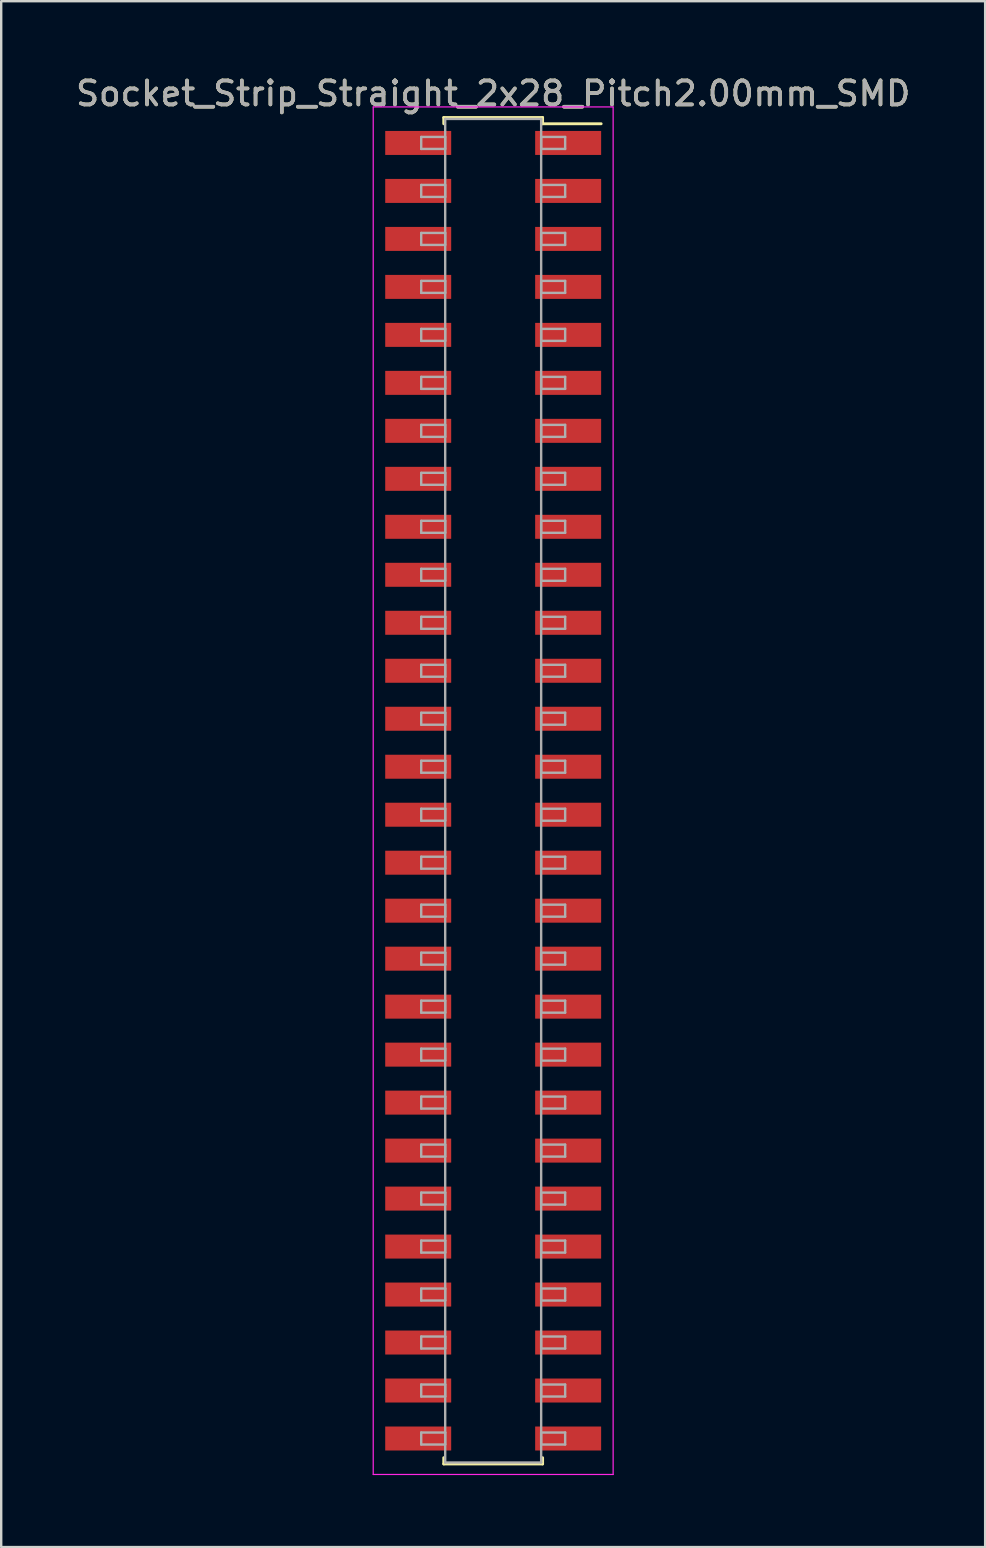
<source format=kicad_pcb>
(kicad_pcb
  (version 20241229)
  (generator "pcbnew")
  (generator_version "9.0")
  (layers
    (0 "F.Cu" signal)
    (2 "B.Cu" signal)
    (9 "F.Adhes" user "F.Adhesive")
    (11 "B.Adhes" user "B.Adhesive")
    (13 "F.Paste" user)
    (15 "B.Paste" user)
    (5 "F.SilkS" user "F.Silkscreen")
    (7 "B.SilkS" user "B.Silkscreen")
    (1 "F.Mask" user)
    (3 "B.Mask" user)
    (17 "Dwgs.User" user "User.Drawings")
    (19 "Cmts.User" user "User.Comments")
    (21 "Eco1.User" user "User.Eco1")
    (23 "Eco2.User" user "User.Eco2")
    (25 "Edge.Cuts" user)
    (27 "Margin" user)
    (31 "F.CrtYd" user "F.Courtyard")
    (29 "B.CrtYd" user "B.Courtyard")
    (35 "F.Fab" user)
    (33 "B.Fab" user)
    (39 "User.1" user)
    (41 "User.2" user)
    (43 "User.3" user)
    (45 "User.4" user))
  (footprint "Socket_Strip_Straight_2x28_Pitch2.00mm_SMD"
    (layer "F.Cu")
    (at 17.506 29.908)
    (property "Reference" "Socket_Strip_Straight_2x28_Pitch2.00mm_SMD" (at 0 -29.06 0) (layer "F.SilkS") (effects (font (size 1 1) (thickness 0.15))))
    (attr smd)
    (fp_line (start -2.06 -28.06) (end 2.06 -28.06) (stroke (width 0.12) (type solid)) (layer "F.SilkS"))
    (fp_line (start -2.06 -27.8) (end -2.06 -28.06) (stroke (width 0.12) (type solid)) (layer "F.SilkS"))
    (fp_line (start -2.06 27.8) (end -2.06 28.06) (stroke (width 0.12) (type solid)) (layer "F.SilkS"))
    (fp_line (start -2.06 28.06) (end 2.06 28.06) (stroke (width 0.12) (type solid)) (layer "F.SilkS"))
    (fp_line (start 2.06 -28.06) (end 2.06 -27.8) (stroke (width 0.12) (type solid)) (layer "F.SilkS"))
    (fp_line (start 2.06 28.06) (end 2.06 27.8) (stroke (width 0.12) (type solid)) (layer "F.SilkS"))
    (fp_line (start 4.5 -27.8) (end 2.06 -27.8) (stroke (width 0.12) (type solid)) (layer "F.SilkS"))
    (fp_line (start -5 -28.5) (end -5 28.5) (stroke (width 0.05) (type solid)) (layer "F.CrtYd"))
    (fp_line (start -5 28.5) (end 5 28.5) (stroke (width 0.05) (type solid)) (layer "F.CrtYd"))
    (fp_line (start 5 -28.5) (end -5 -28.5) (stroke (width 0.05) (type solid)) (layer "F.CrtYd"))
    (fp_line (start 5 28.5) (end 5 -28.5) (stroke (width 0.05) (type solid)) (layer "F.CrtYd"))
    (fp_line (start -3 -27.25) (end -2 -27.25) (stroke (width 0.1) (type solid)) (layer "F.Fab"))
    (fp_line (start -3 -26.75) (end -3 -27.25) (stroke (width 0.1) (type solid)) (layer "F.Fab"))
    (fp_line (start -3 -25.25) (end -2 -25.25) (stroke (width 0.1) (type solid)) (layer "F.Fab"))
    (fp_line (start -3 -24.75) (end -3 -25.25) (stroke (width 0.1) (type solid)) (layer "F.Fab"))
    (fp_line (start -3 -23.25) (end -2 -23.25) (stroke (width 0.1) (type solid)) (layer "F.Fab"))
    (fp_line (start -3 -22.75) (end -3 -23.25) (stroke (width 0.1) (type solid)) (layer "F.Fab"))
    (fp_line (start -3 -21.25) (end -2 -21.25) (stroke (width 0.1) (type solid)) (layer "F.Fab"))
    (fp_line (start -3 -20.75) (end -3 -21.25) (stroke (width 0.1) (type solid)) (layer "F.Fab"))
    (fp_line (start -3 -19.25) (end -2 -19.25) (stroke (width 0.1) (type solid)) (layer "F.Fab"))
    (fp_line (start -3 -18.75) (end -3 -19.25) (stroke (width 0.1) (type solid)) (layer "F.Fab"))
    (fp_line (start -3 -17.25) (end -2 -17.25) (stroke (width 0.1) (type solid)) (layer "F.Fab"))
    (fp_line (start -3 -16.75) (end -3 -17.25) (stroke (width 0.1) (type solid)) (layer "F.Fab"))
    (fp_line (start -3 -15.25) (end -2 -15.25) (stroke (width 0.1) (type solid)) (layer "F.Fab"))
    (fp_line (start -3 -14.75) (end -3 -15.25) (stroke (width 0.1) (type solid)) (layer "F.Fab"))
    (fp_line (start -3 -13.25) (end -2 -13.25) (stroke (width 0.1) (type solid)) (layer "F.Fab"))
    (fp_line (start -3 -12.75) (end -3 -13.25) (stroke (width 0.1) (type solid)) (layer "F.Fab"))
    (fp_line (start -3 -11.25) (end -2 -11.25) (stroke (width 0.1) (type solid)) (layer "F.Fab"))
    (fp_line (start -3 -10.75) (end -3 -11.25) (stroke (width 0.1) (type solid)) (layer "F.Fab"))
    (fp_line (start -3 -9.25) (end -2 -9.25) (stroke (width 0.1) (type solid)) (layer "F.Fab"))
    (fp_line (start -3 -8.75) (end -3 -9.25) (stroke (width 0.1) (type solid)) (layer "F.Fab"))
    (fp_line (start -3 -7.25) (end -2 -7.25) (stroke (width 0.1) (type solid)) (layer "F.Fab"))
    (fp_line (start -3 -6.75) (end -3 -7.25) (stroke (width 0.1) (type solid)) (layer "F.Fab"))
    (fp_line (start -3 -5.25) (end -2 -5.25) (stroke (width 0.1) (type solid)) (layer "F.Fab"))
    (fp_line (start -3 -4.75) (end -3 -5.25) (stroke (width 0.1) (type solid)) (layer "F.Fab"))
    (fp_line (start -3 -3.25) (end -2 -3.25) (stroke (width 0.1) (type solid)) (layer "F.Fab"))
    (fp_line (start -3 -2.75) (end -3 -3.25) (stroke (width 0.1) (type solid)) (layer "F.Fab"))
    (fp_line (start -3 -1.25) (end -2 -1.25) (stroke (width 0.1) (type solid)) (layer "F.Fab"))
    (fp_line (start -3 -0.75) (end -3 -1.25) (stroke (width 0.1) (type solid)) (layer "F.Fab"))
    (fp_line (start -3 0.75) (end -2 0.75) (stroke (width 0.1) (type solid)) (layer "F.Fab"))
    (fp_line (start -3 1.25) (end -3 0.75) (stroke (width 0.1) (type solid)) (layer "F.Fab"))
    (fp_line (start -3 2.75) (end -2 2.75) (stroke (width 0.1) (type solid)) (layer "F.Fab"))
    (fp_line (start -3 3.25) (end -3 2.75) (stroke (width 0.1) (type solid)) (layer "F.Fab"))
    (fp_line (start -3 4.75) (end -2 4.75) (stroke (width 0.1) (type solid)) (layer "F.Fab"))
    (fp_line (start -3 5.25) (end -3 4.75) (stroke (width 0.1) (type solid)) (layer "F.Fab"))
    (fp_line (start -3 6.75) (end -2 6.75) (stroke (width 0.1) (type solid)) (layer "F.Fab"))
    (fp_line (start -3 7.25) (end -3 6.75) (stroke (width 0.1) (type solid)) (layer "F.Fab"))
    (fp_line (start -3 8.75) (end -2 8.75) (stroke (width 0.1) (type solid)) (layer "F.Fab"))
    (fp_line (start -3 9.25) (end -3 8.75) (stroke (width 0.1) (type solid)) (layer "F.Fab"))
    (fp_line (start -3 10.75) (end -2 10.75) (stroke (width 0.1) (type solid)) (layer "F.Fab"))
    (fp_line (start -3 11.25) (end -3 10.75) (stroke (width 0.1) (type solid)) (layer "F.Fab"))
    (fp_line (start -3 12.75) (end -2 12.75) (stroke (width 0.1) (type solid)) (layer "F.Fab"))
    (fp_line (start -3 13.25) (end -3 12.75) (stroke (width 0.1) (type solid)) (layer "F.Fab"))
    (fp_line (start -3 14.75) (end -2 14.75) (stroke (width 0.1) (type solid)) (layer "F.Fab"))
    (fp_line (start -3 15.25) (end -3 14.75) (stroke (width 0.1) (type solid)) (layer "F.Fab"))
    (fp_line (start -3 16.75) (end -2 16.75) (stroke (width 0.1) (type solid)) (layer "F.Fab"))
    (fp_line (start -3 17.25) (end -3 16.75) (stroke (width 0.1) (type solid)) (layer "F.Fab"))
    (fp_line (start -3 18.75) (end -2 18.75) (stroke (width 0.1) (type solid)) (layer "F.Fab"))
    (fp_line (start -3 19.25) (end -3 18.75) (stroke (width 0.1) (type solid)) (layer "F.Fab"))
    (fp_line (start -3 20.75) (end -2 20.75) (stroke (width 0.1) (type solid)) (layer "F.Fab"))
    (fp_line (start -3 21.25) (end -3 20.75) (stroke (width 0.1) (type solid)) (layer "F.Fab"))
    (fp_line (start -3 22.75) (end -2 22.75) (stroke (width 0.1) (type solid)) (layer "F.Fab"))
    (fp_line (start -3 23.25) (end -3 22.75) (stroke (width 0.1) (type solid)) (layer "F.Fab"))
    (fp_line (start -3 24.75) (end -2 24.75) (stroke (width 0.1) (type solid)) (layer "F.Fab"))
    (fp_line (start -3 25.25) (end -3 24.75) (stroke (width 0.1) (type solid)) (layer "F.Fab"))
    (fp_line (start -3 26.75) (end -2 26.75) (stroke (width 0.1) (type solid)) (layer "F.Fab"))
    (fp_line (start -3 27.25) (end -3 26.75) (stroke (width 0.1) (type solid)) (layer "F.Fab"))
    (fp_line (start -2 -28) (end -2 28) (stroke (width 0.1) (type solid)) (layer "F.Fab"))
    (fp_line (start -2 -27.25) (end -2 -26.75) (stroke (width 0.1) (type solid)) (layer "F.Fab"))
    (fp_line (start -2 -26.75) (end -3 -26.75) (stroke (width 0.1) (type solid)) (layer "F.Fab"))
    (fp_line (start -2 -25.25) (end -2 -24.75) (stroke (width 0.1) (type solid)) (layer "F.Fab"))
    (fp_line (start -2 -24.75) (end -3 -24.75) (stroke (width 0.1) (type solid)) (layer "F.Fab"))
    (fp_line (start -2 -23.25) (end -2 -22.75) (stroke (width 0.1) (type solid)) (layer "F.Fab"))
    (fp_line (start -2 -22.75) (end -3 -22.75) (stroke (width 0.1) (type solid)) (layer "F.Fab"))
    (fp_line (start -2 -21.25) (end -2 -20.75) (stroke (width 0.1) (type solid)) (layer "F.Fab"))
    (fp_line (start -2 -20.75) (end -3 -20.75) (stroke (width 0.1) (type solid)) (layer "F.Fab"))
    (fp_line (start -2 -19.25) (end -2 -18.75) (stroke (width 0.1) (type solid)) (layer "F.Fab"))
    (fp_line (start -2 -18.75) (end -3 -18.75) (stroke (width 0.1) (type solid)) (layer "F.Fab"))
    (fp_line (start -2 -17.25) (end -2 -16.75) (stroke (width 0.1) (type solid)) (layer "F.Fab"))
    (fp_line (start -2 -16.75) (end -3 -16.75) (stroke (width 0.1) (type solid)) (layer "F.Fab"))
    (fp_line (start -2 -15.25) (end -2 -14.75) (stroke (width 0.1) (type solid)) (layer "F.Fab"))
    (fp_line (start -2 -14.75) (end -3 -14.75) (stroke (width 0.1) (type solid)) (layer "F.Fab"))
    (fp_line (start -2 -13.25) (end -2 -12.75) (stroke (width 0.1) (type solid)) (layer "F.Fab"))
    (fp_line (start -2 -12.75) (end -3 -12.75) (stroke (width 0.1) (type solid)) (layer "F.Fab"))
    (fp_line (start -2 -11.25) (end -2 -10.75) (stroke (width 0.1) (type solid)) (layer "F.Fab"))
    (fp_line (start -2 -10.75) (end -3 -10.75) (stroke (width 0.1) (type solid)) (layer "F.Fab"))
    (fp_line (start -2 -9.25) (end -2 -8.75) (stroke (width 0.1) (type solid)) (layer "F.Fab"))
    (fp_line (start -2 -8.75) (end -3 -8.75) (stroke (width 0.1) (type solid)) (layer "F.Fab"))
    (fp_line (start -2 -7.25) (end -2 -6.75) (stroke (width 0.1) (type solid)) (layer "F.Fab"))
    (fp_line (start -2 -6.75) (end -3 -6.75) (stroke (width 0.1) (type solid)) (layer "F.Fab"))
    (fp_line (start -2 -5.25) (end -2 -4.75) (stroke (width 0.1) (type solid)) (layer "F.Fab"))
    (fp_line (start -2 -4.75) (end -3 -4.75) (stroke (width 0.1) (type solid)) (layer "F.Fab"))
    (fp_line (start -2 -3.25) (end -2 -2.75) (stroke (width 0.1) (type solid)) (layer "F.Fab"))
    (fp_line (start -2 -2.75) (end -3 -2.75) (stroke (width 0.1) (type solid)) (layer "F.Fab"))
    (fp_line (start -2 -1.25) (end -2 -0.75) (stroke (width 0.1) (type solid)) (layer "F.Fab"))
    (fp_line (start -2 -0.75) (end -3 -0.75) (stroke (width 0.1) (type solid)) (layer "F.Fab"))
    (fp_line (start -2 0.75) (end -2 1.25) (stroke (width 0.1) (type solid)) (layer "F.Fab"))
    (fp_line (start -2 1.25) (end -3 1.25) (stroke (width 0.1) (type solid)) (layer "F.Fab"))
    (fp_line (start -2 2.75) (end -2 3.25) (stroke (width 0.1) (type solid)) (layer "F.Fab"))
    (fp_line (start -2 3.25) (end -3 3.25) (stroke (width 0.1) (type solid)) (layer "F.Fab"))
    (fp_line (start -2 4.75) (end -2 5.25) (stroke (width 0.1) (type solid)) (layer "F.Fab"))
    (fp_line (start -2 5.25) (end -3 5.25) (stroke (width 0.1) (type solid)) (layer "F.Fab"))
    (fp_line (start -2 6.75) (end -2 7.25) (stroke (width 0.1) (type solid)) (layer "F.Fab"))
    (fp_line (start -2 7.25) (end -3 7.25) (stroke (width 0.1) (type solid)) (layer "F.Fab"))
    (fp_line (start -2 8.75) (end -2 9.25) (stroke (width 0.1) (type solid)) (layer "F.Fab"))
    (fp_line (start -2 9.25) (end -3 9.25) (stroke (width 0.1) (type solid)) (layer "F.Fab"))
    (fp_line (start -2 10.75) (end -2 11.25) (stroke (width 0.1) (type solid)) (layer "F.Fab"))
    (fp_line (start -2 11.25) (end -3 11.25) (stroke (width 0.1) (type solid)) (layer "F.Fab"))
    (fp_line (start -2 12.75) (end -2 13.25) (stroke (width 0.1) (type solid)) (layer "F.Fab"))
    (fp_line (start -2 13.25) (end -3 13.25) (stroke (width 0.1) (type solid)) (layer "F.Fab"))
    (fp_line (start -2 14.75) (end -2 15.25) (stroke (width 0.1) (type solid)) (layer "F.Fab"))
    (fp_line (start -2 15.25) (end -3 15.25) (stroke (width 0.1) (type solid)) (layer "F.Fab"))
    (fp_line (start -2 16.75) (end -2 17.25) (stroke (width 0.1) (type solid)) (layer "F.Fab"))
    (fp_line (start -2 17.25) (end -3 17.25) (stroke (width 0.1) (type solid)) (layer "F.Fab"))
    (fp_line (start -2 18.75) (end -2 19.25) (stroke (width 0.1) (type solid)) (layer "F.Fab"))
    (fp_line (start -2 19.25) (end -3 19.25) (stroke (width 0.1) (type solid)) (layer "F.Fab"))
    (fp_line (start -2 20.75) (end -2 21.25) (stroke (width 0.1) (type solid)) (layer "F.Fab"))
    (fp_line (start -2 21.25) (end -3 21.25) (stroke (width 0.1) (type solid)) (layer "F.Fab"))
    (fp_line (start -2 22.75) (end -2 23.25) (stroke (width 0.1) (type solid)) (layer "F.Fab"))
    (fp_line (start -2 23.25) (end -3 23.25) (stroke (width 0.1) (type solid)) (layer "F.Fab"))
    (fp_line (start -2 24.75) (end -2 25.25) (stroke (width 0.1) (type solid)) (layer "F.Fab"))
    (fp_line (start -2 25.25) (end -3 25.25) (stroke (width 0.1) (type solid)) (layer "F.Fab"))
    (fp_line (start -2 26.75) (end -2 27.25) (stroke (width 0.1) (type solid)) (layer "F.Fab"))
    (fp_line (start -2 27.25) (end -3 27.25) (stroke (width 0.1) (type solid)) (layer "F.Fab"))
    (fp_line (start -2 28) (end 2 28) (stroke (width 0.1) (type solid)) (layer "F.Fab"))
    (fp_line (start 2 -28) (end -2 -28) (stroke (width 0.1) (type solid)) (layer "F.Fab"))
    (fp_line (start 2 -27.25) (end 2 -26.75) (stroke (width 0.1) (type solid)) (layer "F.Fab"))
    (fp_line (start 2 -26.75) (end 3 -26.75) (stroke (width 0.1) (type solid)) (layer "F.Fab"))
    (fp_line (start 2 -25.25) (end 2 -24.75) (stroke (width 0.1) (type solid)) (layer "F.Fab"))
    (fp_line (start 2 -24.75) (end 3 -24.75) (stroke (width 0.1) (type solid)) (layer "F.Fab"))
    (fp_line (start 2 -23.25) (end 2 -22.75) (stroke (width 0.1) (type solid)) (layer "F.Fab"))
    (fp_line (start 2 -22.75) (end 3 -22.75) (stroke (width 0.1) (type solid)) (layer "F.Fab"))
    (fp_line (start 2 -21.25) (end 2 -20.75) (stroke (width 0.1) (type solid)) (layer "F.Fab"))
    (fp_line (start 2 -20.75) (end 3 -20.75) (stroke (width 0.1) (type solid)) (layer "F.Fab"))
    (fp_line (start 2 -19.25) (end 2 -18.75) (stroke (width 0.1) (type solid)) (layer "F.Fab"))
    (fp_line (start 2 -18.75) (end 3 -18.75) (stroke (width 0.1) (type solid)) (layer "F.Fab"))
    (fp_line (start 2 -17.25) (end 2 -16.75) (stroke (width 0.1) (type solid)) (layer "F.Fab"))
    (fp_line (start 2 -16.75) (end 3 -16.75) (stroke (width 0.1) (type solid)) (layer "F.Fab"))
    (fp_line (start 2 -15.25) (end 2 -14.75) (stroke (width 0.1) (type solid)) (layer "F.Fab"))
    (fp_line (start 2 -14.75) (end 3 -14.75) (stroke (width 0.1) (type solid)) (layer "F.Fab"))
    (fp_line (start 2 -13.25) (end 2 -12.75) (stroke (width 0.1) (type solid)) (layer "F.Fab"))
    (fp_line (start 2 -12.75) (end 3 -12.75) (stroke (width 0.1) (type solid)) (layer "F.Fab"))
    (fp_line (start 2 -11.25) (end 2 -10.75) (stroke (width 0.1) (type solid)) (layer "F.Fab"))
    (fp_line (start 2 -10.75) (end 3 -10.75) (stroke (width 0.1) (type solid)) (layer "F.Fab"))
    (fp_line (start 2 -9.25) (end 2 -8.75) (stroke (width 0.1) (type solid)) (layer "F.Fab"))
    (fp_line (start 2 -8.75) (end 3 -8.75) (stroke (width 0.1) (type solid)) (layer "F.Fab"))
    (fp_line (start 2 -7.25) (end 2 -6.75) (stroke (width 0.1) (type solid)) (layer "F.Fab"))
    (fp_line (start 2 -6.75) (end 3 -6.75) (stroke (width 0.1) (type solid)) (layer "F.Fab"))
    (fp_line (start 2 -5.25) (end 2 -4.75) (stroke (width 0.1) (type solid)) (layer "F.Fab"))
    (fp_line (start 2 -4.75) (end 3 -4.75) (stroke (width 0.1) (type solid)) (layer "F.Fab"))
    (fp_line (start 2 -3.25) (end 2 -2.75) (stroke (width 0.1) (type solid)) (layer "F.Fab"))
    (fp_line (start 2 -2.75) (end 3 -2.75) (stroke (width 0.1) (type solid)) (layer "F.Fab"))
    (fp_line (start 2 -1.25) (end 2 -0.75) (stroke (width 0.1) (type solid)) (layer "F.Fab"))
    (fp_line (start 2 -0.75) (end 3 -0.75) (stroke (width 0.1) (type solid)) (layer "F.Fab"))
    (fp_line (start 2 0.75) (end 2 1.25) (stroke (width 0.1) (type solid)) (layer "F.Fab"))
    (fp_line (start 2 1.25) (end 3 1.25) (stroke (width 0.1) (type solid)) (layer "F.Fab"))
    (fp_line (start 2 2.75) (end 2 3.25) (stroke (width 0.1) (type solid)) (layer "F.Fab"))
    (fp_line (start 2 3.25) (end 3 3.25) (stroke (width 0.1) (type solid)) (layer "F.Fab"))
    (fp_line (start 2 4.75) (end 2 5.25) (stroke (width 0.1) (type solid)) (layer "F.Fab"))
    (fp_line (start 2 5.25) (end 3 5.25) (stroke (width 0.1) (type solid)) (layer "F.Fab"))
    (fp_line (start 2 6.75) (end 2 7.25) (stroke (width 0.1) (type solid)) (layer "F.Fab"))
    (fp_line (start 2 7.25) (end 3 7.25) (stroke (width 0.1) (type solid)) (layer "F.Fab"))
    (fp_line (start 2 8.75) (end 2 9.25) (stroke (width 0.1) (type solid)) (layer "F.Fab"))
    (fp_line (start 2 9.25) (end 3 9.25) (stroke (width 0.1) (type solid)) (layer "F.Fab"))
    (fp_line (start 2 10.75) (end 2 11.25) (stroke (width 0.1) (type solid)) (layer "F.Fab"))
    (fp_line (start 2 11.25) (end 3 11.25) (stroke (width 0.1) (type solid)) (layer "F.Fab"))
    (fp_line (start 2 12.75) (end 2 13.25) (stroke (width 0.1) (type solid)) (layer "F.Fab"))
    (fp_line (start 2 13.25) (end 3 13.25) (stroke (width 0.1) (type solid)) (layer "F.Fab"))
    (fp_line (start 2 14.75) (end 2 15.25) (stroke (width 0.1) (type solid)) (layer "F.Fab"))
    (fp_line (start 2 15.25) (end 3 15.25) (stroke (width 0.1) (type solid)) (layer "F.Fab"))
    (fp_line (start 2 16.75) (end 2 17.25) (stroke (width 0.1) (type solid)) (layer "F.Fab"))
    (fp_line (start 2 17.25) (end 3 17.25) (stroke (width 0.1) (type solid)) (layer "F.Fab"))
    (fp_line (start 2 18.75) (end 2 19.25) (stroke (width 0.1) (type solid)) (layer "F.Fab"))
    (fp_line (start 2 19.25) (end 3 19.25) (stroke (width 0.1) (type solid)) (layer "F.Fab"))
    (fp_line (start 2 20.75) (end 2 21.25) (stroke (width 0.1) (type solid)) (layer "F.Fab"))
    (fp_line (start 2 21.25) (end 3 21.25) (stroke (width 0.1) (type solid)) (layer "F.Fab"))
    (fp_line (start 2 22.75) (end 2 23.25) (stroke (width 0.1) (type solid)) (layer "F.Fab"))
    (fp_line (start 2 23.25) (end 3 23.25) (stroke (width 0.1) (type solid)) (layer "F.Fab"))
    (fp_line (start 2 24.75) (end 2 25.25) (stroke (width 0.1) (type solid)) (layer "F.Fab"))
    (fp_line (start 2 25.25) (end 3 25.25) (stroke (width 0.1) (type solid)) (layer "F.Fab"))
    (fp_line (start 2 26.75) (end 2 27.25) (stroke (width 0.1) (type solid)) (layer "F.Fab"))
    (fp_line (start 2 27.25) (end 3 27.25) (stroke (width 0.1) (type solid)) (layer "F.Fab"))
    (fp_line (start 2 28) (end 2 -28) (stroke (width 0.1) (type solid)) (layer "F.Fab"))
    (fp_line (start 3 -27.25) (end 2 -27.25) (stroke (width 0.1) (type solid)) (layer "F.Fab"))
    (fp_line (start 3 -26.75) (end 3 -27.25) (stroke (width 0.1) (type solid)) (layer "F.Fab"))
    (fp_line (start 3 -25.25) (end 2 -25.25) (stroke (width 0.1) (type solid)) (layer "F.Fab"))
    (fp_line (start 3 -24.75) (end 3 -25.25) (stroke (width 0.1) (type solid)) (layer "F.Fab"))
    (fp_line (start 3 -23.25) (end 2 -23.25) (stroke (width 0.1) (type solid)) (layer "F.Fab"))
    (fp_line (start 3 -22.75) (end 3 -23.25) (stroke (width 0.1) (type solid)) (layer "F.Fab"))
    (fp_line (start 3 -21.25) (end 2 -21.25) (stroke (width 0.1) (type solid)) (layer "F.Fab"))
    (fp_line (start 3 -20.75) (end 3 -21.25) (stroke (width 0.1) (type solid)) (layer "F.Fab"))
    (fp_line (start 3 -19.25) (end 2 -19.25) (stroke (width 0.1) (type solid)) (layer "F.Fab"))
    (fp_line (start 3 -18.75) (end 3 -19.25) (stroke (width 0.1) (type solid)) (layer "F.Fab"))
    (fp_line (start 3 -17.25) (end 2 -17.25) (stroke (width 0.1) (type solid)) (layer "F.Fab"))
    (fp_line (start 3 -16.75) (end 3 -17.25) (stroke (width 0.1) (type solid)) (layer "F.Fab"))
    (fp_line (start 3 -15.25) (end 2 -15.25) (stroke (width 0.1) (type solid)) (layer "F.Fab"))
    (fp_line (start 3 -14.75) (end 3 -15.25) (stroke (width 0.1) (type solid)) (layer "F.Fab"))
    (fp_line (start 3 -13.25) (end 2 -13.25) (stroke (width 0.1) (type solid)) (layer "F.Fab"))
    (fp_line (start 3 -12.75) (end 3 -13.25) (stroke (width 0.1) (type solid)) (layer "F.Fab"))
    (fp_line (start 3 -11.25) (end 2 -11.25) (stroke (width 0.1) (type solid)) (layer "F.Fab"))
    (fp_line (start 3 -10.75) (end 3 -11.25) (stroke (width 0.1) (type solid)) (layer "F.Fab"))
    (fp_line (start 3 -9.25) (end 2 -9.25) (stroke (width 0.1) (type solid)) (layer "F.Fab"))
    (fp_line (start 3 -8.75) (end 3 -9.25) (stroke (width 0.1) (type solid)) (layer "F.Fab"))
    (fp_line (start 3 -7.25) (end 2 -7.25) (stroke (width 0.1) (type solid)) (layer "F.Fab"))
    (fp_line (start 3 -6.75) (end 3 -7.25) (stroke (width 0.1) (type solid)) (layer "F.Fab"))
    (fp_line (start 3 -5.25) (end 2 -5.25) (stroke (width 0.1) (type solid)) (layer "F.Fab"))
    (fp_line (start 3 -4.75) (end 3 -5.25) (stroke (width 0.1) (type solid)) (layer "F.Fab"))
    (fp_line (start 3 -3.25) (end 2 -3.25) (stroke (width 0.1) (type solid)) (layer "F.Fab"))
    (fp_line (start 3 -2.75) (end 3 -3.25) (stroke (width 0.1) (type solid)) (layer "F.Fab"))
    (fp_line (start 3 -1.25) (end 2 -1.25) (stroke (width 0.1) (type solid)) (layer "F.Fab"))
    (fp_line (start 3 -0.75) (end 3 -1.25) (stroke (width 0.1) (type solid)) (layer "F.Fab"))
    (fp_line (start 3 0.75) (end 2 0.75) (stroke (width 0.1) (type solid)) (layer "F.Fab"))
    (fp_line (start 3 1.25) (end 3 0.75) (stroke (width 0.1) (type solid)) (layer "F.Fab"))
    (fp_line (start 3 2.75) (end 2 2.75) (stroke (width 0.1) (type solid)) (layer "F.Fab"))
    (fp_line (start 3 3.25) (end 3 2.75) (stroke (width 0.1) (type solid)) (layer "F.Fab"))
    (fp_line (start 3 4.75) (end 2 4.75) (stroke (width 0.1) (type solid)) (layer "F.Fab"))
    (fp_line (start 3 5.25) (end 3 4.75) (stroke (width 0.1) (type solid)) (layer "F.Fab"))
    (fp_line (start 3 6.75) (end 2 6.75) (stroke (width 0.1) (type solid)) (layer "F.Fab"))
    (fp_line (start 3 7.25) (end 3 6.75) (stroke (width 0.1) (type solid)) (layer "F.Fab"))
    (fp_line (start 3 8.75) (end 2 8.75) (stroke (width 0.1) (type solid)) (layer "F.Fab"))
    (fp_line (start 3 9.25) (end 3 8.75) (stroke (width 0.1) (type solid)) (layer "F.Fab"))
    (fp_line (start 3 10.75) (end 2 10.75) (stroke (width 0.1) (type solid)) (layer "F.Fab"))
    (fp_line (start 3 11.25) (end 3 10.75) (stroke (width 0.1) (type solid)) (layer "F.Fab"))
    (fp_line (start 3 12.75) (end 2 12.75) (stroke (width 0.1) (type solid)) (layer "F.Fab"))
    (fp_line (start 3 13.25) (end 3 12.75) (stroke (width 0.1) (type solid)) (layer "F.Fab"))
    (fp_line (start 3 14.75) (end 2 14.75) (stroke (width 0.1) (type solid)) (layer "F.Fab"))
    (fp_line (start 3 15.25) (end 3 14.75) (stroke (width 0.1) (type solid)) (layer "F.Fab"))
    (fp_line (start 3 16.75) (end 2 16.75) (stroke (width 0.1) (type solid)) (layer "F.Fab"))
    (fp_line (start 3 17.25) (end 3 16.75) (stroke (width 0.1) (type solid)) (layer "F.Fab"))
    (fp_line (start 3 18.75) (end 2 18.75) (stroke (width 0.1) (type solid)) (layer "F.Fab"))
    (fp_line (start 3 19.25) (end 3 18.75) (stroke (width 0.1) (type solid)) (layer "F.Fab"))
    (fp_line (start 3 20.75) (end 2 20.75) (stroke (width 0.1) (type solid)) (layer "F.Fab"))
    (fp_line (start 3 21.25) (end 3 20.75) (stroke (width 0.1) (type solid)) (layer "F.Fab"))
    (fp_line (start 3 22.75) (end 2 22.75) (stroke (width 0.1) (type solid)) (layer "F.Fab"))
    (fp_line (start 3 23.25) (end 3 22.75) (stroke (width 0.1) (type solid)) (layer "F.Fab"))
    (fp_line (start 3 24.75) (end 2 24.75) (stroke (width 0.1) (type solid)) (layer "F.Fab"))
    (fp_line (start 3 25.25) (end 3 24.75) (stroke (width 0.1) (type solid)) (layer "F.Fab"))
    (fp_line (start 3 26.75) (end 2 26.75) (stroke (width 0.1) (type solid)) (layer "F.Fab"))
    (fp_line (start 3 27.25) (end 3 26.75) (stroke (width 0.1) (type solid)) (layer "F.Fab"))
    (fp_text user "${REFERENCE}" (at 0 -29.06 0) (layer "F.Fab") (effects (font (size 1 1) (thickness 0.15))))
    (pad "1" smd rect (at 3.125 -27) (size 2.75 1) (layers "F.Cu" "F.Mask" "F.Paste"))
    (pad "2" smd rect (at -3.125 -27) (size 2.75 1) (layers "F.Cu" "F.Mask" "F.Paste"))
    (pad "3" smd rect (at 3.125 -25) (size 2.75 1) (layers "F.Cu" "F.Mask" "F.Paste"))
    (pad "4" smd rect (at -3.125 -25) (size 2.75 1) (layers "F.Cu" "F.Mask" "F.Paste"))
    (pad "5" smd rect (at 3.125 -23) (size 2.75 1) (layers "F.Cu" "F.Mask" "F.Paste"))
    (pad "6" smd rect (at -3.125 -23) (size 2.75 1) (layers "F.Cu" "F.Mask" "F.Paste"))
    (pad "7" smd rect (at 3.125 -21) (size 2.75 1) (layers "F.Cu" "F.Mask" "F.Paste"))
    (pad "8" smd rect (at -3.125 -21) (size 2.75 1) (layers "F.Cu" "F.Mask" "F.Paste"))
    (pad "9" smd rect (at 3.125 -19) (size 2.75 1) (layers "F.Cu" "F.Mask" "F.Paste"))
    (pad "10" smd rect (at -3.125 -19) (size 2.75 1) (layers "F.Cu" "F.Mask" "F.Paste"))
    (pad "11" smd rect (at 3.125 -17) (size 2.75 1) (layers "F.Cu" "F.Mask" "F.Paste"))
    (pad "12" smd rect (at -3.125 -17) (size 2.75 1) (layers "F.Cu" "F.Mask" "F.Paste"))
    (pad "13" smd rect (at 3.125 -15) (size 2.75 1) (layers "F.Cu" "F.Mask" "F.Paste"))
    (pad "14" smd rect (at -3.125 -15) (size 2.75 1) (layers "F.Cu" "F.Mask" "F.Paste"))
    (pad "15" smd rect (at 3.125 -13) (size 2.75 1) (layers "F.Cu" "F.Mask" "F.Paste"))
    (pad "16" smd rect (at -3.125 -13) (size 2.75 1) (layers "F.Cu" "F.Mask" "F.Paste"))
    (pad "17" smd rect (at 3.125 -11) (size 2.75 1) (layers "F.Cu" "F.Mask" "F.Paste"))
    (pad "18" smd rect (at -3.125 -11) (size 2.75 1) (layers "F.Cu" "F.Mask" "F.Paste"))
    (pad "19" smd rect (at 3.125 -9) (size 2.75 1) (layers "F.Cu" "F.Mask" "F.Paste"))
    (pad "20" smd rect (at -3.125 -9) (size 2.75 1) (layers "F.Cu" "F.Mask" "F.Paste"))
    (pad "21" smd rect (at 3.125 -7) (size 2.75 1) (layers "F.Cu" "F.Mask" "F.Paste"))
    (pad "22" smd rect (at -3.125 -7) (size 2.75 1) (layers "F.Cu" "F.Mask" "F.Paste"))
    (pad "23" smd rect (at 3.125 -5) (size 2.75 1) (layers "F.Cu" "F.Mask" "F.Paste"))
    (pad "24" smd rect (at -3.125 -5) (size 2.75 1) (layers "F.Cu" "F.Mask" "F.Paste"))
    (pad "25" smd rect (at 3.125 -3) (size 2.75 1) (layers "F.Cu" "F.Mask" "F.Paste"))
    (pad "26" smd rect (at -3.125 -3) (size 2.75 1) (layers "F.Cu" "F.Mask" "F.Paste"))
    (pad "27" smd rect (at 3.125 -1) (size 2.75 1) (layers "F.Cu" "F.Mask" "F.Paste"))
    (pad "28" smd rect (at -3.125 -1) (size 2.75 1) (layers "F.Cu" "F.Mask" "F.Paste"))
    (pad "29" smd rect (at 3.125 1) (size 2.75 1) (layers "F.Cu" "F.Mask" "F.Paste"))
    (pad "30" smd rect (at -3.125 1) (size 2.75 1) (layers "F.Cu" "F.Mask" "F.Paste"))
    (pad "31" smd rect (at 3.125 3) (size 2.75 1) (layers "F.Cu" "F.Mask" "F.Paste"))
    (pad "32" smd rect (at -3.125 3) (size 2.75 1) (layers "F.Cu" "F.Mask" "F.Paste"))
    (pad "33" smd rect (at 3.125 5) (size 2.75 1) (layers "F.Cu" "F.Mask" "F.Paste"))
    (pad "34" smd rect (at -3.125 5) (size 2.75 1) (layers "F.Cu" "F.Mask" "F.Paste"))
    (pad "35" smd rect (at 3.125 7) (size 2.75 1) (layers "F.Cu" "F.Mask" "F.Paste"))
    (pad "36" smd rect (at -3.125 7) (size 2.75 1) (layers "F.Cu" "F.Mask" "F.Paste"))
    (pad "37" smd rect (at 3.125 9) (size 2.75 1) (layers "F.Cu" "F.Mask" "F.Paste"))
    (pad "38" smd rect (at -3.125 9) (size 2.75 1) (layers "F.Cu" "F.Mask" "F.Paste"))
    (pad "39" smd rect (at 3.125 11) (size 2.75 1) (layers "F.Cu" "F.Mask" "F.Paste"))
    (pad "40" smd rect (at -3.125 11) (size 2.75 1) (layers "F.Cu" "F.Mask" "F.Paste"))
    (pad "41" smd rect (at 3.125 13) (size 2.75 1) (layers "F.Cu" "F.Mask" "F.Paste"))
    (pad "42" smd rect (at -3.125 13) (size 2.75 1) (layers "F.Cu" "F.Mask" "F.Paste"))
    (pad "43" smd rect (at 3.125 15) (size 2.75 1) (layers "F.Cu" "F.Mask" "F.Paste"))
    (pad "44" smd rect (at -3.125 15) (size 2.75 1) (layers "F.Cu" "F.Mask" "F.Paste"))
    (pad "45" smd rect (at 3.125 17) (size 2.75 1) (layers "F.Cu" "F.Mask" "F.Paste"))
    (pad "46" smd rect (at -3.125 17) (size 2.75 1) (layers "F.Cu" "F.Mask" "F.Paste"))
    (pad "47" smd rect (at 3.125 19) (size 2.75 1) (layers "F.Cu" "F.Mask" "F.Paste"))
    (pad "48" smd rect (at -3.125 19) (size 2.75 1) (layers "F.Cu" "F.Mask" "F.Paste"))
    (pad "49" smd rect (at 3.125 21) (size 2.75 1) (layers "F.Cu" "F.Mask" "F.Paste"))
    (pad "50" smd rect (at -3.125 21) (size 2.75 1) (layers "F.Cu" "F.Mask" "F.Paste"))
    (pad "51" smd rect (at 3.125 23) (size 2.75 1) (layers "F.Cu" "F.Mask" "F.Paste"))
    (pad "52" smd rect (at -3.125 23) (size 2.75 1) (layers "F.Cu" "F.Mask" "F.Paste"))
    (pad "53" smd rect (at 3.125 25) (size 2.75 1) (layers "F.Cu" "F.Mask" "F.Paste"))
    (pad "54" smd rect (at -3.125 25) (size 2.75 1) (layers "F.Cu" "F.Mask" "F.Paste"))
    (pad "55" smd rect (at 3.125 27) (size 2.75 1) (layers "F.Cu" "F.Mask" "F.Paste"))
    (pad "56" smd rect (at -3.125 27) (size 2.75 1) (layers "F.Cu" "F.Mask" "F.Paste")))
  (gr_rect
    (start -3 -3)
    (end 38.012 61.433)
    (stroke (width 0.1) (type default))
    (fill no)
    (layer "Edge.Cuts")))
</source>
